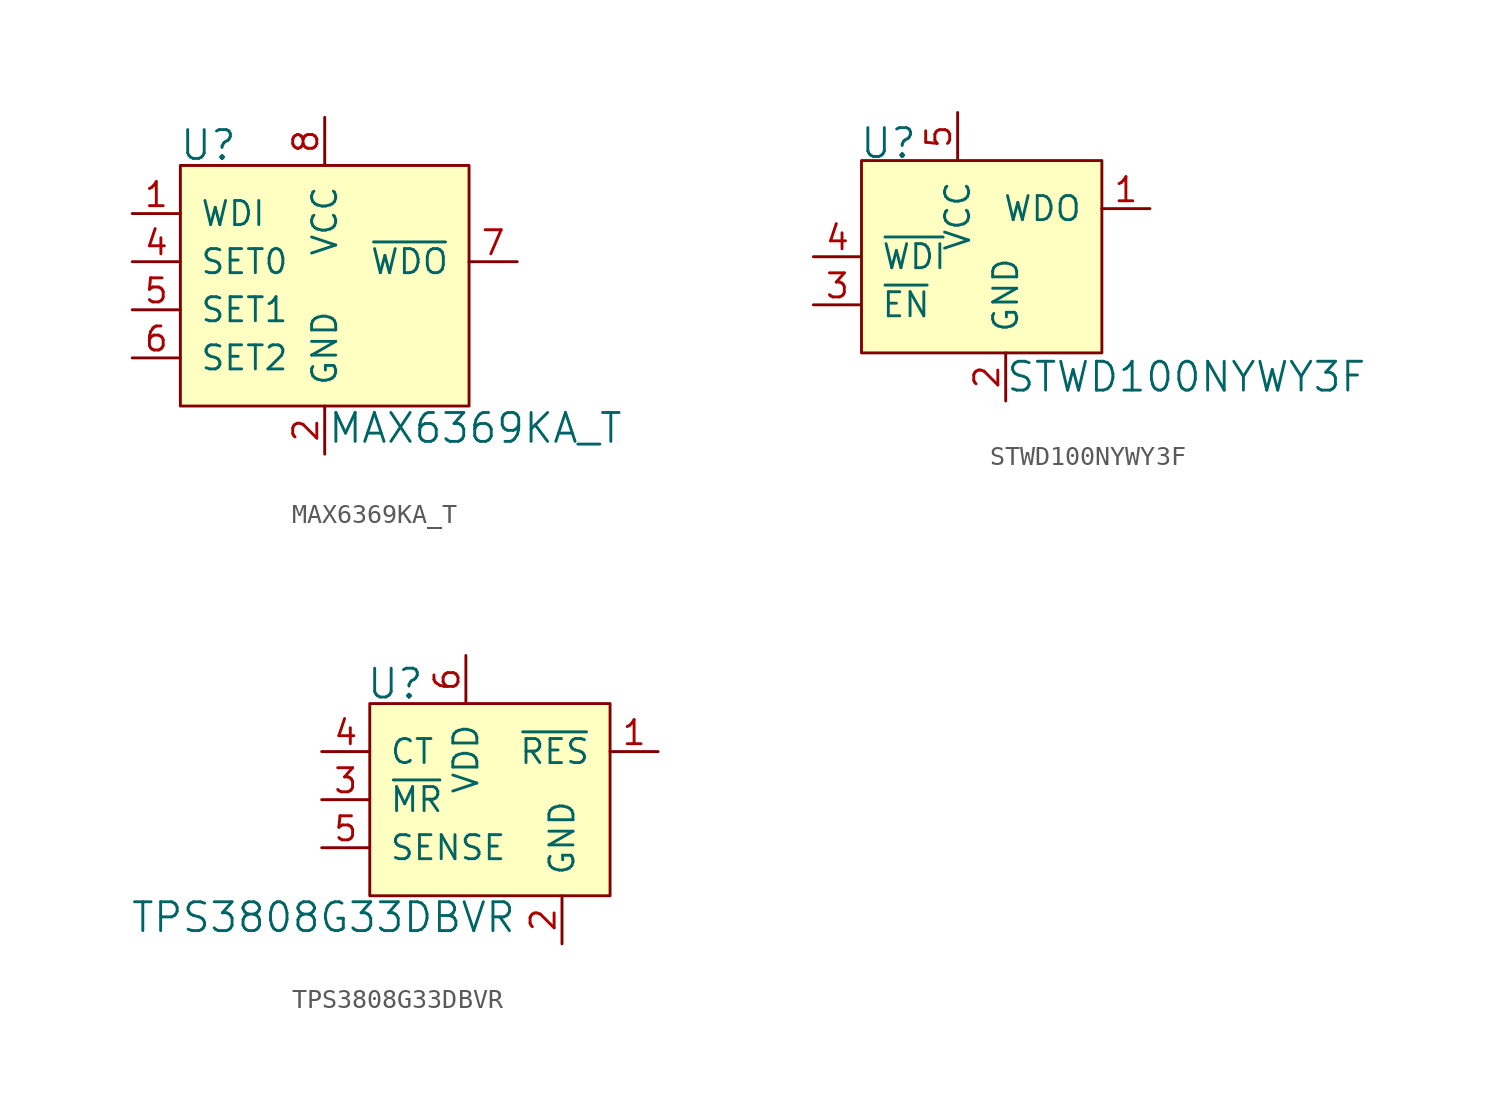
<source format=kicad_sym>
(kicad_symbol_lib
  (version 20201005)
  (generator kicad_symbol_editor)
  (symbol "MAX6369KA_T"
    (pin_names
      (offset 1.016))
    (property "Reference" "U"
      (at -7.696 1.067 0)
      (effects (font (size 1.524 1.524)) (justify left)))
    (property "Value" "MAX6369KA_T"
      (at 0.127 -13.868 0)
      (effects (font (size 1.524 1.524)) (justify left)))
    (symbol "MAX6369KA_T_0_1"
      (rectangle (start -7.62 0) (end 7.62 -12.7) (stroke (width 0)) (fill (type background))))
    (symbol "MAX6369KA_T_1_1"
      (pin input line (at -10.16 -2.54 0) (length 2.54) (name "WDI" (effects (font (size 1.27 1.27)))) (number "1" (effects (font (size 1.27 1.27)))))
      (pin power_in line (at 0 -15.24 90) (length 2.54) (name "GND" (effects (font (size 1.27 1.27)))) (number "2" (effects (font (size 1.27 1.27)))))
      (pin no_connect line (at 7.62 -7.62 180) (length 2.54) hide (name "NC" (effects (font (size 1.27 1.27)))) (number "3" (effects (font (size 1.27 1.27)))))
      (pin input line (at -10.16 -5.08 0) (length 2.54) (name "SET0" (effects (font (size 1.27 1.27)))) (number "4" (effects (font (size 1.27 1.27)))))
      (pin input line (at -10.16 -7.62 0) (length 2.54) (name "SET1" (effects (font (size 1.27 1.27)))) (number "5" (effects (font (size 1.27 1.27)))))
      (pin input line (at -10.16 -10.16 0) (length 2.54) (name "SET2" (effects (font (size 1.27 1.27)))) (number "6" (effects (font (size 1.27 1.27)))))
      (pin output line (at 10.16 -5.08 180) (length 2.54) (name "~WDO" (effects (font (size 1.27 1.27)))) (number "7" (effects (font (size 1.27 1.27)))))
      (pin power_in line (at 0 2.54 270) (length 2.54) (name "VCC" (effects (font (size 1.27 1.27)))) (number "8" (effects (font (size 1.27 1.27)))))))
  (symbol "STWD100NYWY3F"
    (pin_names
      (offset 1.016))
    (property "Reference" "U"
      (at -5.207 0.914 0)
      (effects (font (size 1.524 1.524)) (justify left)))
    (property "Value" "STWD100NYWY3F"
      (at 2.515 -11.43 0)
      (effects (font (size 1.524 1.524)) (justify left)))
    (symbol "STWD100NYWY3F_0_1"
      (rectangle (start -5.08 0) (end 7.62 -10.16) (stroke (width 0)) (fill (type background))))
    (symbol "STWD100NYWY3F_1_1"
      (pin output line (at 10.16 -2.54 180) (length 2.54) (name "WDO" (effects (font (size 1.27 1.27)))) (number "1" (effects (font (size 1.27 1.27)))))
      (pin power_in line (at 2.54 -12.7 90) (length 2.54) (name "GND" (effects (font (size 1.27 1.27)))) (number "2" (effects (font (size 1.27 1.27)))))
      (pin input line (at -7.62 -7.62 0) (length 2.54) (name "~EN" (effects (font (size 1.27 1.27)))) (number "3" (effects (font (size 1.27 1.27)))))
      (pin input line (at -7.62 -5.08 0) (length 2.54) (name "~WDI" (effects (font (size 1.27 1.27)))) (number "4" (effects (font (size 1.27 1.27)))))
      (pin power_in line (at 0 2.54 270) (length 2.54) (name "VCC" (effects (font (size 1.27 1.27)))) (number "5" (effects (font (size 1.27 1.27)))))))
  (symbol "TPS3808G33DBVR"
    (pin_names
      (offset 1.016))
    (property "Reference" "U"
      (at -5.283 3.581 0)
      (effects (font (size 1.524 1.524)) (justify left)))
    (property "Value" "TPS3808G33DBVR"
      (at 2.692 -8.763 0)
      (effects (font (size 1.524 1.524)) (justify right)))
    (symbol "TPS3808G33DBVR_0_1"
      (rectangle (start -5.08 2.54) (end 7.62 -7.62) (stroke (width 0)) (fill (type background))))
    (symbol "TPS3808G33DBVR_1_1"
      (pin output line (at 10.16 0 180) (length 2.54) (name "~RES" (effects (font (size 1.27 1.27)))) (number "1" (effects (font (size 1.27 1.27)))))
      (pin power_in line (at 5.08 -10.16 90) (length 2.54) (name "GND" (effects (font (size 1.27 1.27)))) (number "2" (effects (font (size 1.27 1.27)))))
      (pin input line (at -7.62 -2.54 0) (length 2.54) (name "~MR" (effects (font (size 1.27 1.27)))) (number "3" (effects (font (size 1.27 1.27)))))
      (pin input line (at -7.62 0 0) (length 2.54) (name "CT" (effects (font (size 1.27 1.27)))) (number "4" (effects (font (size 1.27 1.27)))))
      (pin input line (at -7.62 -5.08 0) (length 2.54) (name "SENSE" (effects (font (size 1.27 1.27)))) (number "5" (effects (font (size 1.27 1.27)))))
      (pin power_in line (at 0 5.08 270) (length 2.54) (name "VDD" (effects (font (size 1.27 1.27)))) (number "6" (effects (font (size 1.27 1.27))))))))
</source>
